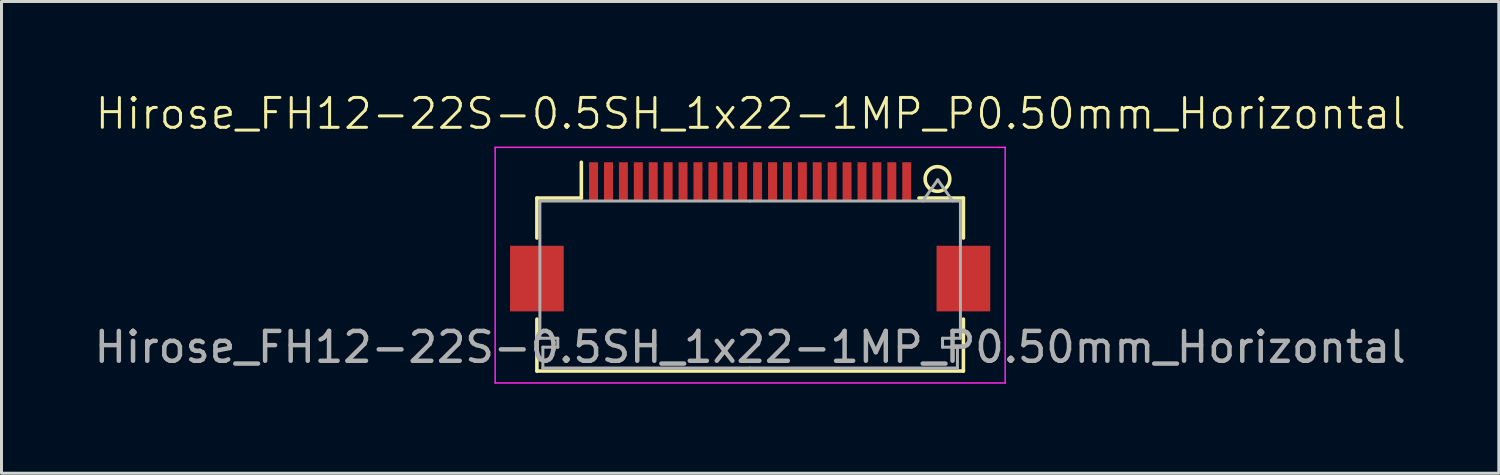
<source format=kicad_pcb>
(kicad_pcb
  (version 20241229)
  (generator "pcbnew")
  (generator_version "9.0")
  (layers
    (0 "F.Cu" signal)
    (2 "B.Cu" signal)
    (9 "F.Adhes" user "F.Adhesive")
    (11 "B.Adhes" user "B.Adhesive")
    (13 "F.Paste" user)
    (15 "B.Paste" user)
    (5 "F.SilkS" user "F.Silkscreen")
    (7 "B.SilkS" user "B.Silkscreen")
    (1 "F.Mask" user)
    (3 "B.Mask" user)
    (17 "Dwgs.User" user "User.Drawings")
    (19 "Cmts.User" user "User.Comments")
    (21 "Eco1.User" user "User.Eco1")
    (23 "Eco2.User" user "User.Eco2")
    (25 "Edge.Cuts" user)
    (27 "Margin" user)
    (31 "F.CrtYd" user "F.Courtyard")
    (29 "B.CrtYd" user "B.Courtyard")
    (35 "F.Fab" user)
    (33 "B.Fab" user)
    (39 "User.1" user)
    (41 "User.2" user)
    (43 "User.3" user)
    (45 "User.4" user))
  (footprint "Hirose_FH12-22S-0.5SH_1x22-1MP_P0.50mm_Horizontal"
    (layer "F.Cu")
    (at 22.12 5.84)
    (property "Reference" "Hirose_FH12-22S-0.5SH_1x22-1MP_P0.50mm_Horizontal" (at 0 -5.08 0) (unlocked yes) (layer "F.SilkS") (effects (font (size 1 1) (thickness 0.1))))
    (attr smd)
    (fp_line (start -7.169 -2.25) (end -7.169 -0.91) (stroke (width 0.12) (type solid)) (layer "F.SilkS"))
    (fp_line (start -7.169 1.81) (end -7.169 3.55) (stroke (width 0.12) (type solid)) (layer "F.SilkS"))
    (fp_line (start -7.169 3.55) (end 7.131 3.55) (stroke (width 0.12) (type solid)) (layer "F.SilkS"))
    (fp_line (start -5.679 -2.25) (end -7.169 -2.25) (stroke (width 0.12) (type solid)) (layer "F.SilkS"))
    (fp_line (start -5.679 -2.25) (end -5.679 -3.45) (stroke (width 0.12) (type solid)) (layer "F.SilkS"))
    (fp_line (start 5.641 -2.25) (end 7.131 -2.25) (stroke (width 0.12) (type solid)) (layer "F.SilkS"))
    (fp_line (start 7.131 -2.25) (end 7.131 -0.91) (stroke (width 0.12) (type solid)) (layer "F.SilkS"))
    (fp_line (start 7.131 3.55) (end 7.131 1.81) (stroke (width 0.12) (type solid)) (layer "F.SilkS"))
    (fp_circle (center 6.261 -2.89) (end 6.591 -2.64) (stroke (width 0.12) (type solid)) (fill no) (layer "F.SilkS"))
    (fp_line (start -8.569 -3.95) (end -8.569 3.95) (stroke (width 0.05) (type solid)) (layer "F.CrtYd"))
    (fp_line (start -8.569 3.95) (end 8.531 3.95) (stroke (width 0.05) (type solid)) (layer "F.CrtYd"))
    (fp_line (start 8.531 -3.95) (end -8.569 -3.95) (stroke (width 0.05) (type solid)) (layer "F.CrtYd"))
    (fp_line (start 8.531 3.95) (end 8.531 -3.95) (stroke (width 0.05) (type solid)) (layer "F.CrtYd"))
    (fp_line (start -7.069 -2.15) (end -7.069 2.45) (stroke (width 0.1) (type solid)) (layer "F.Fab"))
    (fp_line (start -7.069 2.45) (end -6.469 2.45) (stroke (width 0.1) (type solid)) (layer "F.Fab"))
    (fp_line (start -6.969 2.75) (end -6.969 3.45) (stroke (width 0.1) (type solid)) (layer "F.Fab"))
    (fp_line (start -6.969 3.45) (end -0.019 3.45) (stroke (width 0.1) (type solid)) (layer "F.Fab"))
    (fp_line (start -6.469 2.45) (end -6.469 2.75) (stroke (width 0.1) (type solid)) (layer "F.Fab"))
    (fp_line (start -6.469 2.75) (end -6.969 2.75) (stroke (width 0.1) (type solid)) (layer "F.Fab"))
    (fp_line (start -0.019 -2.15) (end -7.069 -2.15) (stroke (width 0.1) (type solid)) (layer "F.Fab"))
    (fp_line (start -0.019 -2.15) (end 7.031 -2.15) (stroke (width 0.1) (type solid)) (layer "F.Fab"))
    (fp_line (start 6.271 -2.86) (end 5.771 -2.153) (stroke (width 0.1) (type solid)) (layer "F.Fab"))
    (fp_line (start 6.431 2.45) (end 6.431 2.75) (stroke (width 0.1) (type solid)) (layer "F.Fab"))
    (fp_line (start 6.431 2.75) (end 6.931 2.75) (stroke (width 0.1) (type solid)) (layer "F.Fab"))
    (fp_line (start 6.771 -2.153) (end 6.271 -2.86) (stroke (width 0.1) (type solid)) (layer "F.Fab"))
    (fp_line (start 6.931 2.75) (end 6.931 3.45) (stroke (width 0.1) (type solid)) (layer "F.Fab"))
    (fp_line (start 6.931 3.45) (end -0.019 3.45) (stroke (width 0.1) (type solid)) (layer "F.Fab"))
    (fp_line (start 7.031 -2.15) (end 7.031 2.45) (stroke (width 0.1) (type solid)) (layer "F.Fab"))
    (fp_line (start 7.031 2.45) (end 6.431 2.45) (stroke (width 0.1) (type solid)) (layer "F.Fab"))
    (fp_text user "${REFERENCE}" (at -0.019 2.75 180) (layer "F.Fab") (effects (font (size 1 1) (thickness 0.15))))
    (pad "1" smd rect (at 5.231 -2.8) (size 0.3 1.3) (layers "F.Cu" "F.Mask" "F.Paste"))
    (pad "2" smd rect (at 4.731 -2.8) (size 0.3 1.3) (layers "F.Cu" "F.Mask" "F.Paste"))
    (pad "3" smd rect (at 4.231 -2.8) (size 0.3 1.3) (layers "F.Cu" "F.Mask" "F.Paste"))
    (pad "4" smd rect (at 3.731 -2.8) (size 0.3 1.3) (layers "F.Cu" "F.Mask" "F.Paste"))
    (pad "5" smd rect (at 3.231 -2.8) (size 0.3 1.3) (layers "F.Cu" "F.Mask" "F.Paste"))
    (pad "6" smd rect (at 2.731 -2.8) (size 0.3 1.3) (layers "F.Cu" "F.Mask" "F.Paste"))
    (pad "7" smd rect (at 2.231 -2.8) (size 0.3 1.3) (layers "F.Cu" "F.Mask" "F.Paste"))
    (pad "8" smd rect (at 1.731 -2.8) (size 0.3 1.3) (layers "F.Cu" "F.Mask" "F.Paste"))
    (pad "9" smd rect (at 1.231 -2.8) (size 0.3 1.3) (layers "F.Cu" "F.Mask" "F.Paste"))
    (pad "10" smd rect (at 0.731 -2.8) (size 0.3 1.3) (layers "F.Cu" "F.Mask" "F.Paste"))
    (pad "11" smd rect (at 0.231 -2.8) (size 0.3 1.3) (layers "F.Cu" "F.Mask" "F.Paste"))
    (pad "12" smd rect (at -0.269 -2.8) (size 0.3 1.3) (layers "F.Cu" "F.Mask" "F.Paste"))
    (pad "13" smd rect (at -0.769 -2.8) (size 0.3 1.3) (layers "F.Cu" "F.Mask" "F.Paste"))
    (pad "14" smd rect (at -1.269 -2.8) (size 0.3 1.3) (layers "F.Cu" "F.Mask" "F.Paste"))
    (pad "15" smd rect (at -1.769 -2.8) (size 0.3 1.3) (layers "F.Cu" "F.Mask" "F.Paste"))
    (pad "16" smd rect (at -2.269 -2.8) (size 0.3 1.3) (layers "F.Cu" "F.Mask" "F.Paste"))
    (pad "17" smd rect (at -2.769 -2.8) (size 0.3 1.3) (layers "F.Cu" "F.Mask" "F.Paste"))
    (pad "18" smd rect (at -3.269 -2.8) (size 0.3 1.3) (layers "F.Cu" "F.Mask" "F.Paste"))
    (pad "19" smd rect (at -3.769 -2.8) (size 0.3 1.3) (layers "F.Cu" "F.Mask" "F.Paste"))
    (pad "20" smd rect (at -4.269 -2.8) (size 0.3 1.3) (layers "F.Cu" "F.Mask" "F.Paste"))
    (pad "21" smd rect (at -4.769 -2.8) (size 0.3 1.3) (layers "F.Cu" "F.Mask" "F.Paste"))
    (pad "22" smd rect (at -5.269 -2.8) (size 0.3 1.3) (layers "F.Cu" "F.Mask" "F.Paste"))
    (pad "MP" smd rect (at -7.169 0.45) (size 1.8 2.2) (layers "F.Cu" "F.Mask" "F.Paste"))
    (pad "MP" smd rect (at 7.131 0.45) (size 1.8 2.2) (layers "F.Cu" "F.Mask" "F.Paste")))
  (gr_rect
    (start -3 -3)
    (end 47.202 12.816)
    (stroke (width 0.1) (type default))
    (fill no)
    (layer "Edge.Cuts")))
</source>
